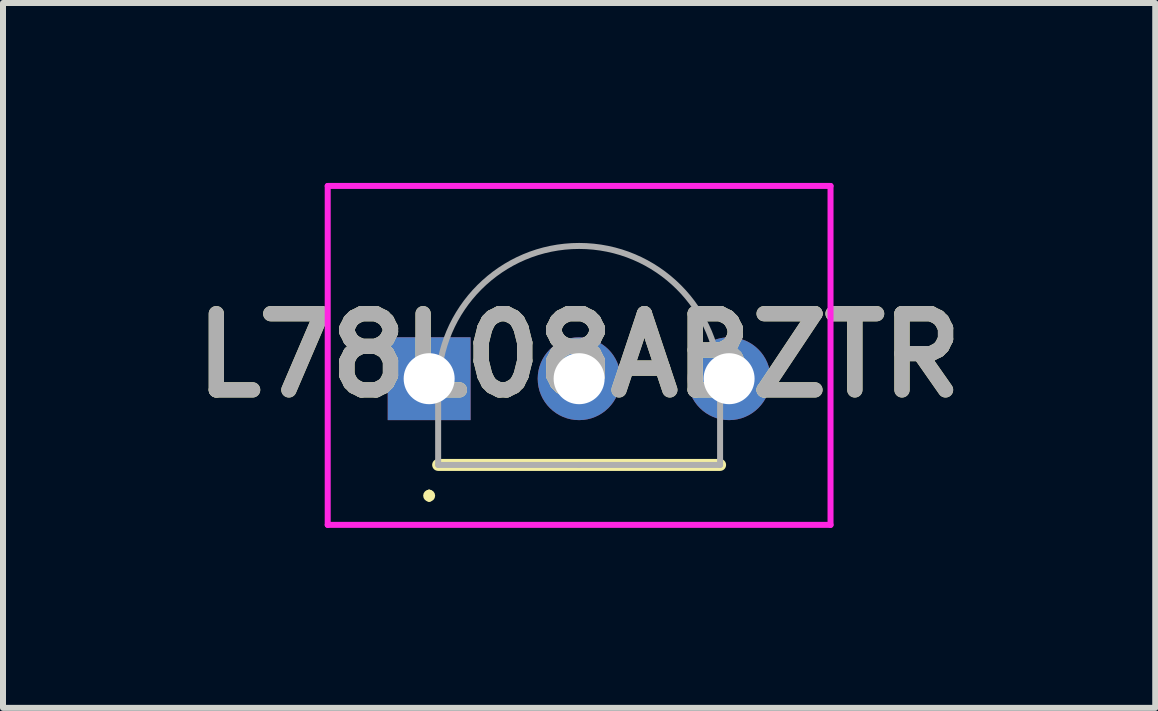
<source format=kicad_pcb>
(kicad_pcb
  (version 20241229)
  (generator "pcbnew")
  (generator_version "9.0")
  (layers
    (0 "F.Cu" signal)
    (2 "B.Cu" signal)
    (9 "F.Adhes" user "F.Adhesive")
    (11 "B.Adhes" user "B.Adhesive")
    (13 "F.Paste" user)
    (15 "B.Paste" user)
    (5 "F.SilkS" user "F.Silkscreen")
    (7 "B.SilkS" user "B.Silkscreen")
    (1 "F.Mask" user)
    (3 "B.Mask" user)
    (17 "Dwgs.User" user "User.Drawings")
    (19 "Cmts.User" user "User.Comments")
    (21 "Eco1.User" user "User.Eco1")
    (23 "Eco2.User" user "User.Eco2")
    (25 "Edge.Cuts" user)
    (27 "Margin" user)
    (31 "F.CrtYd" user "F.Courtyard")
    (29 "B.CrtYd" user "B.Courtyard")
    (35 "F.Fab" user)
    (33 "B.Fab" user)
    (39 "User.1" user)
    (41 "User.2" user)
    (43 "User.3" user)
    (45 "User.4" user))
  (footprint "L78L08ABZTR"
    (layer "F.Cu")
    (at 4.104 3.263)
    (property "Reference" "L78L08ABZTR" (at 2.5 -0.388 0) (layer "F.SilkS") (effects (font (size 1.27 1.27) (thickness 0.254))))
    (attr through_hole)
    (fp_line (start 0 1.9) (end 0 1.9) (stroke (width 0.1) (type solid)) (layer "F.SilkS"))
    (fp_line (start 0 2) (end 0 2) (stroke (width 0.1) (type solid)) (layer "F.SilkS"))
    (fp_line (start 0.15 1.437) (end 4.85 1.437) (stroke (width 0.2) (type solid)) (layer "F.SilkS"))
    (fp_arc (start 0 1.9) (mid 0.05 1.95) (end 0 2) (stroke (width 0.1) (type solid)) (layer "F.SilkS"))
    (fp_arc (start 0 2) (mid -0.05 1.95) (end 0 1.9) (stroke (width 0.1) (type solid)) (layer "F.SilkS"))
    (fp_line (start -1.691 -3.213) (end 6.691 -3.213) (stroke (width 0.1) (type solid)) (layer "F.CrtYd"))
    (fp_line (start -1.691 2.437) (end -1.691 -3.213) (stroke (width 0.1) (type solid)) (layer "F.CrtYd"))
    (fp_line (start 6.691 -3.213) (end 6.691 2.437) (stroke (width 0.1) (type solid)) (layer "F.CrtYd"))
    (fp_line (start 6.691 2.437) (end -1.691 2.437) (stroke (width 0.1) (type solid)) (layer "F.CrtYd"))
    (fp_line (start 0.15 0.137) (end 0.15 0.137) (stroke (width 0.1) (type solid)) (layer "F.Fab"))
    (fp_line (start 0.15 1.437) (end 0.15 0.137) (stroke (width 0.1) (type solid)) (layer "F.Fab"))
    (fp_line (start 2.5 1.437) (end 0.15 1.437) (stroke (width 0.1) (type solid)) (layer "F.Fab"))
    (fp_line (start 4.85 0.137) (end 4.85 1.437) (stroke (width 0.1) (type solid)) (layer "F.Fab"))
    (fp_line (start 4.85 1.437) (end 2.5 1.437) (stroke (width 0.1) (type solid)) (layer "F.Fab"))
    (fp_arc (start 0.15 0.137) (mid 2.5 -2.213) (end 4.85 0.137) (stroke (width 0.1) (type solid)) (layer "F.Fab"))
    (fp_text user "${REFERENCE}" (at 2.5 -0.388 0) (layer "F.Fab") (effects (font (size 1.27 1.27) (thickness 0.254))))
    (pad "1" thru_hole rect (at 0 0) (size 1.381 1.381) (drill 0.85) (layers "*.Cu" "*.Mask"))
    (pad "2" thru_hole circle (at 2.5 0) (size 1.381 1.381) (drill 0.85) (layers "*.Cu" "*.Mask"))
    (pad "3" thru_hole circle (at 5 0) (size 1.381 1.381) (drill 0.85) (layers "*.Cu" "*.Mask")))
  (gr_rect
    (start -3 -3)
    (end 16.208 8.75)
    (stroke (width 0.1) (type default))
    (fill no)
    (layer "Edge.Cuts")))
</source>
